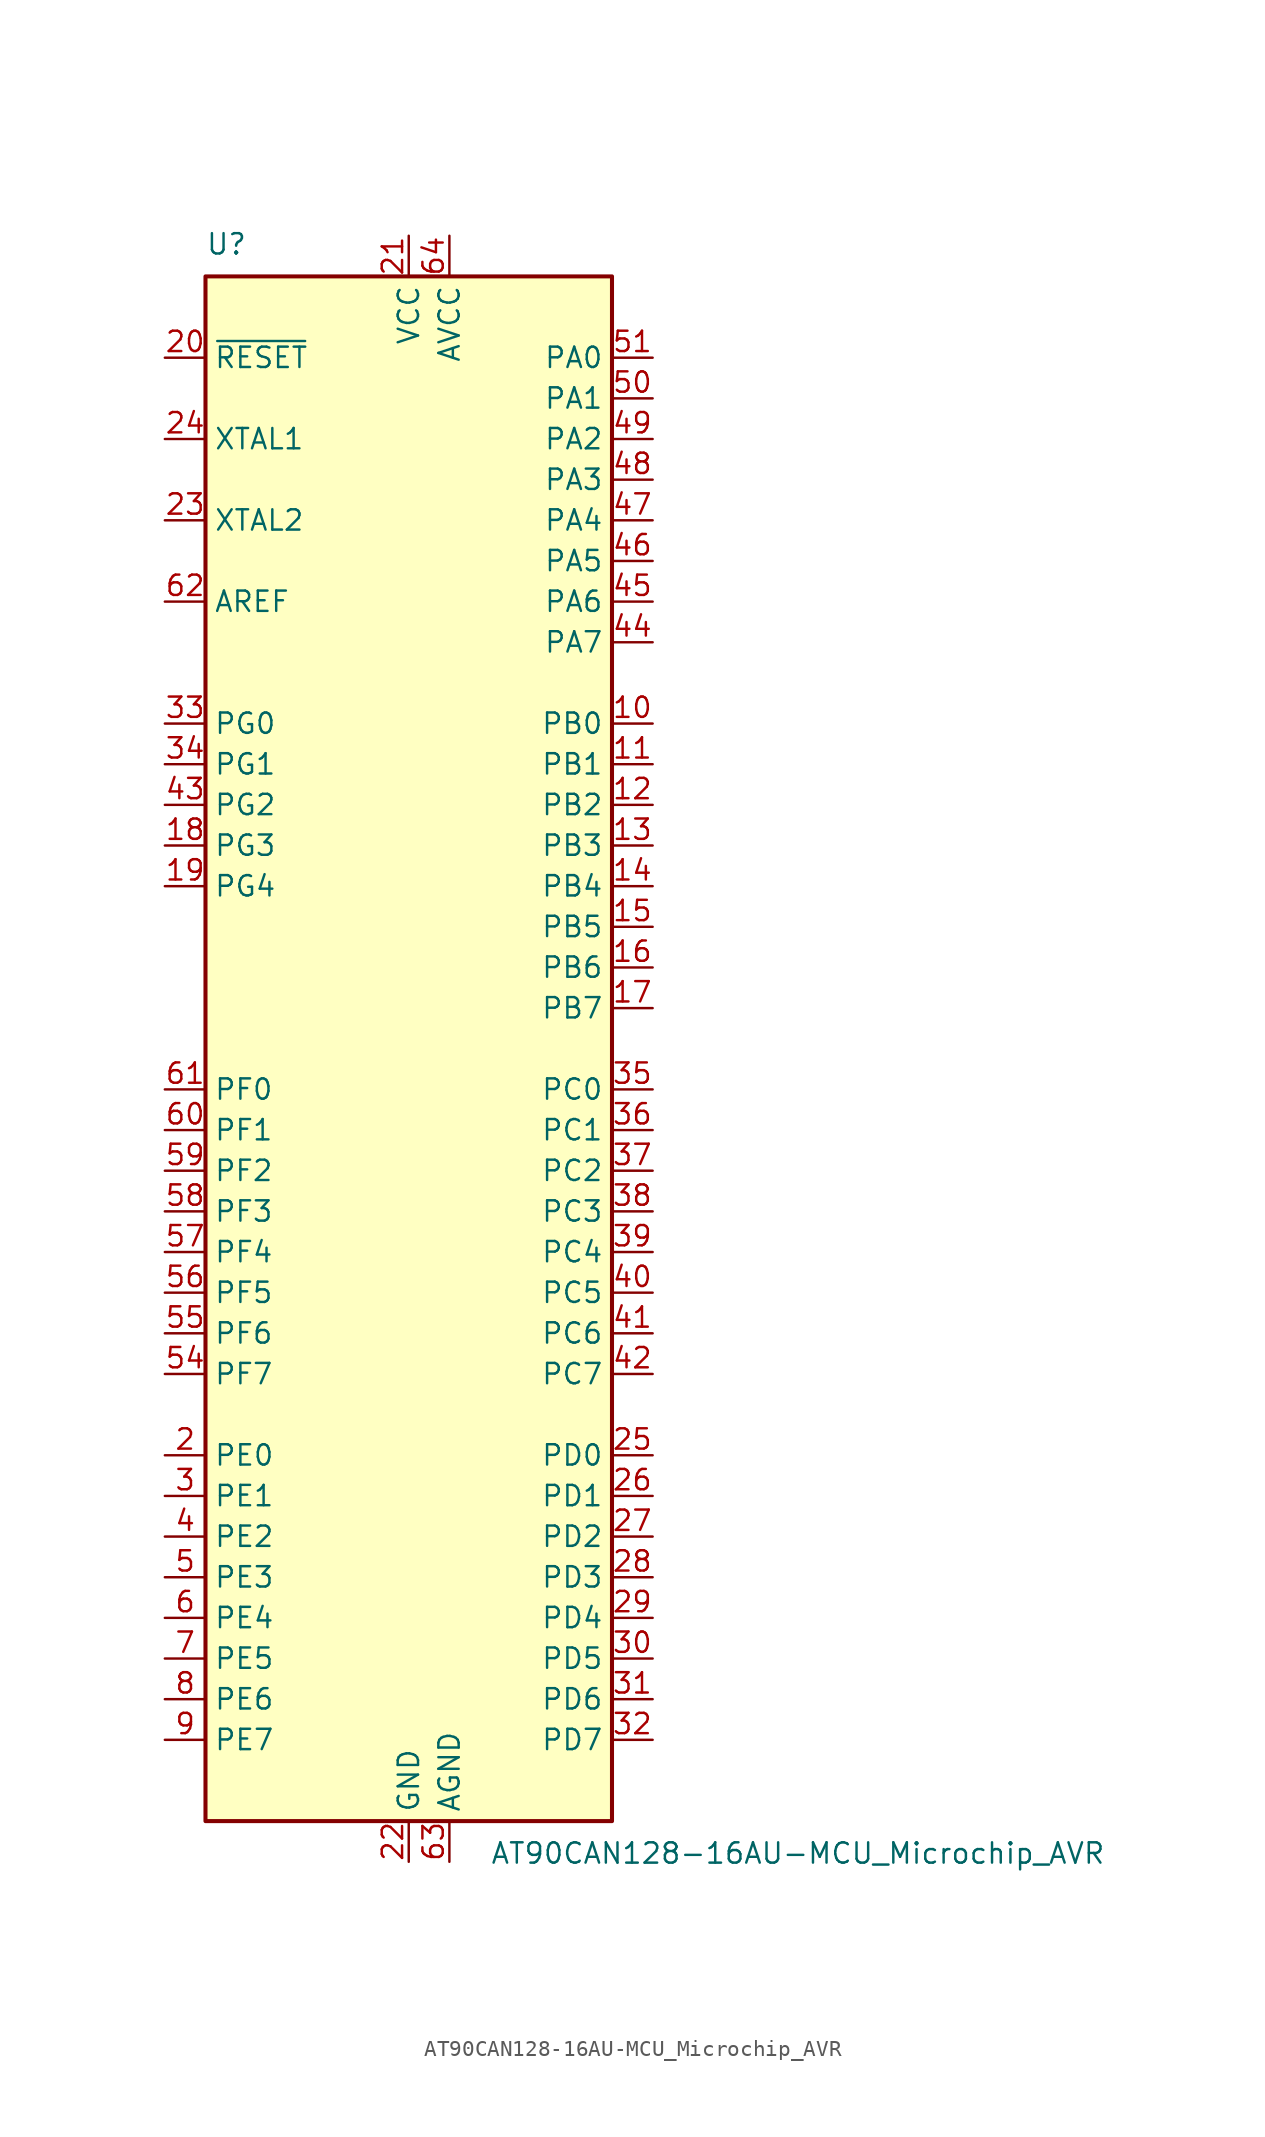
<source format=kicad_sym>
(kicad_symbol_lib
  (version 20231120)
  (generator "kicad_symbol_editor")
  (generator_version "8.0")
  (symbol "AT90CAN128-16AU-MCU_Microchip_AVR"
    (property "Reference" "U"
      (at -12.7 49.53 0)
      (effects (font (size 1.27 1.27)) (justify left bottom)))
    (property "Value" "AT90CAN128-16AU-MCU_Microchip_AVR"
      (at 5.08 -49.53 0)
      (effects (font (size 1.27 1.27)) (justify left top)))
    (symbol "AT90CAN128-16AU-MCU_Microchip_AVR_0_1"
      (rectangle (start -12.7 -48.26) (end 12.7 48.26) (stroke (width 0.254) (type solid)) (fill (type background))))
    (symbol "AT90CAN128-16AU-MCU_Microchip_AVR_1_1"
      (pin no_connect line (at -12.7 -45.72 0) (length 2.54) hide (name "NC" (effects (font (size 1.27 1.27)))) (number "1" (effects (font (size 1.27 1.27)))))
      (pin bidirectional line (at 15.24 20.32 180) (length 2.54) (name "PB0" (effects (font (size 1.27 1.27)))) (number "10" (effects (font (size 1.27 1.27)))))
      (pin bidirectional line (at 15.24 17.78 180) (length 2.54) (name "PB1" (effects (font (size 1.27 1.27)))) (number "11" (effects (font (size 1.27 1.27)))))
      (pin bidirectional line (at 15.24 15.24 180) (length 2.54) (name "PB2" (effects (font (size 1.27 1.27)))) (number "12" (effects (font (size 1.27 1.27)))))
      (pin bidirectional line (at 15.24 12.7 180) (length 2.54) (name "PB3" (effects (font (size 1.27 1.27)))) (number "13" (effects (font (size 1.27 1.27)))))
      (pin bidirectional line (at 15.24 10.16 180) (length 2.54) (name "PB4" (effects (font (size 1.27 1.27)))) (number "14" (effects (font (size 1.27 1.27)))))
      (pin bidirectional line (at 15.24 7.62 180) (length 2.54) (name "PB5" (effects (font (size 1.27 1.27)))) (number "15" (effects (font (size 1.27 1.27)))))
      (pin bidirectional line (at 15.24 5.08 180) (length 2.54) (name "PB6" (effects (font (size 1.27 1.27)))) (number "16" (effects (font (size 1.27 1.27)))))
      (pin bidirectional line (at 15.24 2.54 180) (length 2.54) (name "PB7" (effects (font (size 1.27 1.27)))) (number "17" (effects (font (size 1.27 1.27)))))
      (pin bidirectional line (at -15.24 12.7 0) (length 2.54) (name "PG3" (effects (font (size 1.27 1.27)))) (number "18" (effects (font (size 1.27 1.27)))))
      (pin bidirectional line (at -15.24 10.16 0) (length 2.54) (name "PG4" (effects (font (size 1.27 1.27)))) (number "19" (effects (font (size 1.27 1.27)))))
      (pin bidirectional line (at -15.24 -25.4 0) (length 2.54) (name "PE0" (effects (font (size 1.27 1.27)))) (number "2" (effects (font (size 1.27 1.27)))))
      (pin input line (at -15.24 43.18 0) (length 2.54) (name "~{RESET}" (effects (font (size 1.27 1.27)))) (number "20" (effects (font (size 1.27 1.27)))))
      (pin power_in line (at 0 50.8 270) (length 2.54) (name "VCC" (effects (font (size 1.27 1.27)))) (number "21" (effects (font (size 1.27 1.27)))))
      (pin power_in line (at 0 -50.8 90) (length 2.54) (name "GND" (effects (font (size 1.27 1.27)))) (number "22" (effects (font (size 1.27 1.27)))))
      (pin bidirectional line (at -15.24 33.02 0) (length 2.54) (name "XTAL2" (effects (font (size 1.27 1.27)))) (number "23" (effects (font (size 1.27 1.27)))))
      (pin bidirectional line (at -15.24 38.1 0) (length 2.54) (name "XTAL1" (effects (font (size 1.27 1.27)))) (number "24" (effects (font (size 1.27 1.27)))))
      (pin bidirectional line (at 15.24 -25.4 180) (length 2.54) (name "PD0" (effects (font (size 1.27 1.27)))) (number "25" (effects (font (size 1.27 1.27)))))
      (pin bidirectional line (at 15.24 -27.94 180) (length 2.54) (name "PD1" (effects (font (size 1.27 1.27)))) (number "26" (effects (font (size 1.27 1.27)))))
      (pin bidirectional line (at 15.24 -30.48 180) (length 2.54) (name "PD2" (effects (font (size 1.27 1.27)))) (number "27" (effects (font (size 1.27 1.27)))))
      (pin bidirectional line (at 15.24 -33.02 180) (length 2.54) (name "PD3" (effects (font (size 1.27 1.27)))) (number "28" (effects (font (size 1.27 1.27)))))
      (pin bidirectional line (at 15.24 -35.56 180) (length 2.54) (name "PD4" (effects (font (size 1.27 1.27)))) (number "29" (effects (font (size 1.27 1.27)))))
      (pin bidirectional line (at -15.24 -27.94 0) (length 2.54) (name "PE1" (effects (font (size 1.27 1.27)))) (number "3" (effects (font (size 1.27 1.27)))))
      (pin bidirectional line (at 15.24 -38.1 180) (length 2.54) (name "PD5" (effects (font (size 1.27 1.27)))) (number "30" (effects (font (size 1.27 1.27)))))
      (pin bidirectional line (at 15.24 -40.64 180) (length 2.54) (name "PD6" (effects (font (size 1.27 1.27)))) (number "31" (effects (font (size 1.27 1.27)))))
      (pin bidirectional line (at 15.24 -43.18 180) (length 2.54) (name "PD7" (effects (font (size 1.27 1.27)))) (number "32" (effects (font (size 1.27 1.27)))))
      (pin bidirectional line (at -15.24 20.32 0) (length 2.54) (name "PG0" (effects (font (size 1.27 1.27)))) (number "33" (effects (font (size 1.27 1.27)))))
      (pin bidirectional line (at -15.24 17.78 0) (length 2.54) (name "PG1" (effects (font (size 1.27 1.27)))) (number "34" (effects (font (size 1.27 1.27)))))
      (pin bidirectional line (at 15.24 -2.54 180) (length 2.54) (name "PC0" (effects (font (size 1.27 1.27)))) (number "35" (effects (font (size 1.27 1.27)))))
      (pin bidirectional line (at 15.24 -5.08 180) (length 2.54) (name "PC1" (effects (font (size 1.27 1.27)))) (number "36" (effects (font (size 1.27 1.27)))))
      (pin bidirectional line (at 15.24 -7.62 180) (length 2.54) (name "PC2" (effects (font (size 1.27 1.27)))) (number "37" (effects (font (size 1.27 1.27)))))
      (pin bidirectional line (at 15.24 -10.16 180) (length 2.54) (name "PC3" (effects (font (size 1.27 1.27)))) (number "38" (effects (font (size 1.27 1.27)))))
      (pin bidirectional line (at 15.24 -12.7 180) (length 2.54) (name "PC4" (effects (font (size 1.27 1.27)))) (number "39" (effects (font (size 1.27 1.27)))))
      (pin bidirectional line (at -15.24 -30.48 0) (length 2.54) (name "PE2" (effects (font (size 1.27 1.27)))) (number "4" (effects (font (size 1.27 1.27)))))
      (pin bidirectional line (at 15.24 -15.24 180) (length 2.54) (name "PC5" (effects (font (size 1.27 1.27)))) (number "40" (effects (font (size 1.27 1.27)))))
      (pin bidirectional line (at 15.24 -17.78 180) (length 2.54) (name "PC6" (effects (font (size 1.27 1.27)))) (number "41" (effects (font (size 1.27 1.27)))))
      (pin bidirectional line (at 15.24 -20.32 180) (length 2.54) (name "PC7" (effects (font (size 1.27 1.27)))) (number "42" (effects (font (size 1.27 1.27)))))
      (pin bidirectional line (at -15.24 15.24 0) (length 2.54) (name "PG2" (effects (font (size 1.27 1.27)))) (number "43" (effects (font (size 1.27 1.27)))))
      (pin bidirectional line (at 15.24 25.4 180) (length 2.54) (name "PA7" (effects (font (size 1.27 1.27)))) (number "44" (effects (font (size 1.27 1.27)))))
      (pin bidirectional line (at 15.24 27.94 180) (length 2.54) (name "PA6" (effects (font (size 1.27 1.27)))) (number "45" (effects (font (size 1.27 1.27)))))
      (pin bidirectional line (at 15.24 30.48 180) (length 2.54) (name "PA5" (effects (font (size 1.27 1.27)))) (number "46" (effects (font (size 1.27 1.27)))))
      (pin bidirectional line (at 15.24 33.02 180) (length 2.54) (name "PA4" (effects (font (size 1.27 1.27)))) (number "47" (effects (font (size 1.27 1.27)))))
      (pin bidirectional line (at 15.24 35.56 180) (length 2.54) (name "PA3" (effects (font (size 1.27 1.27)))) (number "48" (effects (font (size 1.27 1.27)))))
      (pin bidirectional line (at 15.24 38.1 180) (length 2.54) (name "PA2" (effects (font (size 1.27 1.27)))) (number "49" (effects (font (size 1.27 1.27)))))
      (pin bidirectional line (at -15.24 -33.02 0) (length 2.54) (name "PE3" (effects (font (size 1.27 1.27)))) (number "5" (effects (font (size 1.27 1.27)))))
      (pin bidirectional line (at 15.24 40.64 180) (length 2.54) (name "PA1" (effects (font (size 1.27 1.27)))) (number "50" (effects (font (size 1.27 1.27)))))
      (pin bidirectional line (at 15.24 43.18 180) (length 2.54) (name "PA0" (effects (font (size 1.27 1.27)))) (number "51" (effects (font (size 1.27 1.27)))))
      (pin passive line (at 0 50.8 270) (length 2.54) hide (name "VCC" (effects (font (size 1.27 1.27)))) (number "52" (effects (font (size 1.27 1.27)))))
      (pin passive line (at 0 -50.8 90) (length 2.54) hide (name "GND" (effects (font (size 1.27 1.27)))) (number "53" (effects (font (size 1.27 1.27)))))
      (pin input line (at -15.24 -20.32 0) (length 2.54) (name "PF7" (effects (font (size 1.27 1.27)))) (number "54" (effects (font (size 1.27 1.27)))))
      (pin input line (at -15.24 -17.78 0) (length 2.54) (name "PF6" (effects (font (size 1.27 1.27)))) (number "55" (effects (font (size 1.27 1.27)))))
      (pin input line (at -15.24 -15.24 0) (length 2.54) (name "PF5" (effects (font (size 1.27 1.27)))) (number "56" (effects (font (size 1.27 1.27)))))
      (pin input line (at -15.24 -12.7 0) (length 2.54) (name "PF4" (effects (font (size 1.27 1.27)))) (number "57" (effects (font (size 1.27 1.27)))))
      (pin input line (at -15.24 -10.16 0) (length 2.54) (name "PF3" (effects (font (size 1.27 1.27)))) (number "58" (effects (font (size 1.27 1.27)))))
      (pin input line (at -15.24 -7.62 0) (length 2.54) (name "PF2" (effects (font (size 1.27 1.27)))) (number "59" (effects (font (size 1.27 1.27)))))
      (pin bidirectional line (at -15.24 -35.56 0) (length 2.54) (name "PE4" (effects (font (size 1.27 1.27)))) (number "6" (effects (font (size 1.27 1.27)))))
      (pin input line (at -15.24 -5.08 0) (length 2.54) (name "PF1" (effects (font (size 1.27 1.27)))) (number "60" (effects (font (size 1.27 1.27)))))
      (pin input line (at -15.24 -2.54 0) (length 2.54) (name "PF0" (effects (font (size 1.27 1.27)))) (number "61" (effects (font (size 1.27 1.27)))))
      (pin input line (at -15.24 27.94 0) (length 2.54) (name "AREF" (effects (font (size 1.27 1.27)))) (number "62" (effects (font (size 1.27 1.27)))))
      (pin power_in line (at 2.54 -50.8 90) (length 2.54) (name "AGND" (effects (font (size 1.27 1.27)))) (number "63" (effects (font (size 1.27 1.27)))))
      (pin power_in line (at 2.54 50.8 270) (length 2.54) (name "AVCC" (effects (font (size 1.27 1.27)))) (number "64" (effects (font (size 1.27 1.27)))))
      (pin bidirectional line (at -15.24 -38.1 0) (length 2.54) (name "PE5" (effects (font (size 1.27 1.27)))) (number "7" (effects (font (size 1.27 1.27)))))
      (pin bidirectional line (at -15.24 -40.64 0) (length 2.54) (name "PE6" (effects (font (size 1.27 1.27)))) (number "8" (effects (font (size 1.27 1.27)))))
      (pin bidirectional line (at -15.24 -43.18 0) (length 2.54) (name "PE7" (effects (font (size 1.27 1.27)))) (number "9" (effects (font (size 1.27 1.27))))))))
</source>
